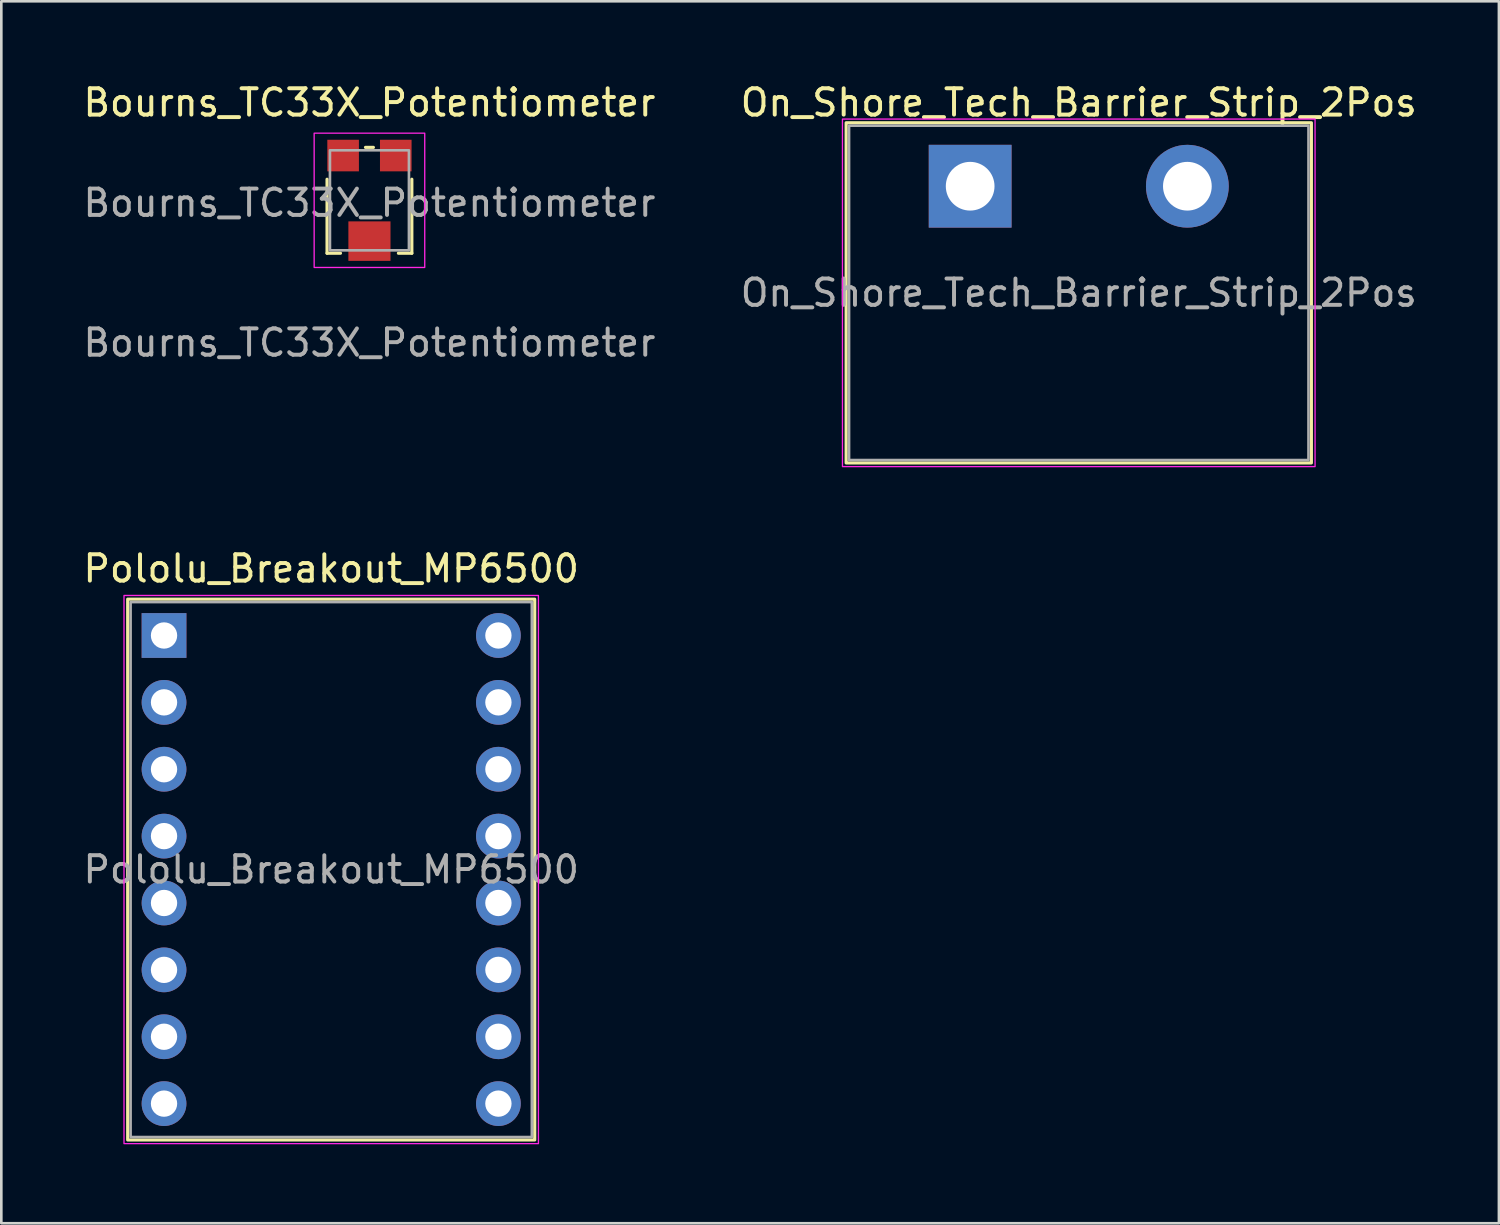
<source format=kicad_pcb>
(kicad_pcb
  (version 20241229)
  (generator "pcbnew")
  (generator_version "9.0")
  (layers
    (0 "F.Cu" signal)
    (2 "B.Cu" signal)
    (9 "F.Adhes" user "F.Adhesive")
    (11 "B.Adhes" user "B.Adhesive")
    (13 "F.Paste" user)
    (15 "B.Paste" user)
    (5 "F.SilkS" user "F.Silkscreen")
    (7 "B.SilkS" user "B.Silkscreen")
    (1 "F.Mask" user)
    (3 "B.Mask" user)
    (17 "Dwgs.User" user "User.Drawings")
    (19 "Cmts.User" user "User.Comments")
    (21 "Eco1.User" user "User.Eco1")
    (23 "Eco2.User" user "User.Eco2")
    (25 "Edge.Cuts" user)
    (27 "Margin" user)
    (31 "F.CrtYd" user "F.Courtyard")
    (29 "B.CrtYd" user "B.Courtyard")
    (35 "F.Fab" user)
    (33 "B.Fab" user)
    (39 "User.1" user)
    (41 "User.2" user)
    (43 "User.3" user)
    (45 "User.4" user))
  (footprint "Bourns_TC33X_Potentiometer"
    (layer "F.Cu")
    (at 10.982 4.658)
    (property "Reference" "Bourns_TC33X_Potentiometer" (at 0 -3.81 0) (unlocked yes) (layer "F.SilkS") (effects (font (size 1 1) (thickness 0.15))))
    (attr smd)
    (fp_line (start -1.61 -0.9) (end -1.61 1.91) (stroke (width 0.12) (type solid)) (layer "F.SilkS"))
    (fp_line (start -1.61 1.91) (end -1.1 1.91) (stroke (width 0.12) (type solid)) (layer "F.SilkS"))
    (fp_line (start -0.15 -2.11) (end 0.15 -2.11) (stroke (width 0.12) (type solid)) (layer "F.SilkS"))
    (fp_line (start 1.1 1.91) (end 1.61 1.91) (stroke (width 0.12) (type solid)) (layer "F.SilkS"))
    (fp_line (start 1.61 -0.9) (end 1.61 1.91) (stroke (width 0.12) (type solid)) (layer "F.SilkS"))
    (fp_rect (start -2.1 -2.65) (end 2.1 2.45) (stroke (width 0.05) (type default)) (fill no) (layer "F.CrtYd"))
    (fp_rect (start -1.5 -2) (end 1.5 1.8) (stroke (width 0.1) (type default)) (fill no) (layer "F.Fab"))
    (fp_text user "${REFERENCE}" (at 0 5.31 0) (unlocked yes) (layer "F.Fab") (effects (font (size 1 1) (thickness 0.15))))
    (fp_text user "${REFERENCE}" (at 0 0 0) (layer "F.Fab") (effects (font (size 1 1) (thickness 0.15))))
    (pad "1" smd rect (at -1 -1.8) (size 1.2 1.2) (layers "F.Cu" "F.Mask" "F.Paste"))
    (pad "2" smd rect (at 0 1.45) (size 1.6 1.5) (layers "F.Cu" "F.Mask" "F.Paste"))
    (pad "3" smd rect (at 1 -1.8) (size 1.2 1.2) (layers "F.Cu" "F.Mask" "F.Paste")))
  (footprint "Pololu_Breakout_MP6500"
    (layer "F.Cu")
    (at 3.18 21.087)
    (property "Reference" "Pololu_Breakout_MP6500" (at 6.35 -2.54 0) (unlocked yes) (layer "F.SilkS") (effects (font (size 1 1) (thickness 0.15))))
    (attr through_hole)
    (fp_rect (start -1.38 -1.38) (end 14.08 19.16) (stroke (width 0.12) (type default)) (fill no) (layer "F.SilkS"))
    (fp_rect (start -1.52 -1.52) (end 14.22 19.3) (stroke (width 0.05) (type default)) (fill no) (layer "F.CrtYd"))
    (fp_rect (start -1.27 -1.27) (end 13.97 19.05) (stroke (width 0.1) (type default)) (fill no) (layer "F.Fab"))
    (fp_text user "${REFERENCE}" (at 6.35 8.89 0) (unlocked yes) (layer "F.Fab") (effects (font (size 1 1) (thickness 0.15))))
    (pad "1" thru_hole rect (at 0 0) (size 1.7 1.7) (drill 1) (layers "*.Cu" "*.Mask"))
    (pad "2" thru_hole oval (at 0 2.54) (size 1.7 1.7) (drill 1) (layers "*.Cu" "*.Mask"))
    (pad "3" thru_hole oval (at 0 5.08) (size 1.7 1.7) (drill 1) (layers "*.Cu" "*.Mask"))
    (pad "4" thru_hole oval (at 0 7.62) (size 1.7 1.7) (drill 1) (layers "*.Cu" "*.Mask"))
    (pad "5" thru_hole oval (at 0 10.16) (size 1.7 1.7) (drill 1) (layers "*.Cu" "*.Mask"))
    (pad "6" thru_hole oval (at 0 12.7) (size 1.7 1.7) (drill 1) (layers "*.Cu" "*.Mask"))
    (pad "7" thru_hole oval (at 0 15.24) (size 1.7 1.7) (drill 1) (layers "*.Cu" "*.Mask"))
    (pad "8" thru_hole oval (at 0 17.78) (size 1.7 1.7) (drill 1) (layers "*.Cu" "*.Mask"))
    (pad "9" thru_hole oval (at 12.7 17.78) (size 1.7 1.7) (drill 1) (layers "*.Cu" "*.Mask"))
    (pad "10" thru_hole oval (at 12.7 15.24) (size 1.7 1.7) (drill 1) (layers "*.Cu" "*.Mask"))
    (pad "11" thru_hole oval (at 12.7 12.7) (size 1.7 1.7) (drill 1) (layers "*.Cu" "*.Mask"))
    (pad "12" thru_hole oval (at 12.7 10.16) (size 1.7 1.7) (drill 1) (layers "*.Cu" "*.Mask"))
    (pad "13" thru_hole oval (at 12.7 7.62) (size 1.7 1.7) (drill 1) (layers "*.Cu" "*.Mask"))
    (pad "14" thru_hole oval (at 12.7 5.08) (size 1.7 1.7) (drill 1) (layers "*.Cu" "*.Mask"))
    (pad "15" thru_hole oval (at 12.7 2.54) (size 1.7 1.7) (drill 1) (layers "*.Cu" "*.Mask"))
    (pad "16" thru_hole oval (at 12.7 0) (size 1.7 1.7) (drill 1) (layers "*.Cu" "*.Mask")))
  (footprint "On_Shore_Tech_Barrier_Strip_2Pos"
    (layer "F.Cu")
    (at 33.798 4.023)
    (property "Reference" "On_Shore_Tech_Barrier_Strip_2Pos" (at 4.125 -3.175 0) (unlocked yes) (layer "F.SilkS") (effects (font (size 1 1) (thickness 0.15))))
    (attr through_hole)
    (fp_rect (start -4.71 -2.41) (end 12.96 10.51) (stroke (width 0.12) (type default)) (fill no) (layer "F.SilkS"))
    (fp_rect (start -4.85 -2.55) (end 13.1 10.65) (stroke (width 0.05) (type default)) (fill no) (layer "F.CrtYd"))
    (fp_rect (start -4.6 -2.3) (end 12.85 10.4) (stroke (width 0.1) (type default)) (fill no) (layer "F.Fab"))
    (fp_text user "${REFERENCE}" (at 4.125 4.05 0) (unlocked yes) (layer "F.Fab") (effects (font (size 1 1) (thickness 0.15))))
    (pad "1" thru_hole rect (at 0 0) (size 3.145 3.145) (drill 1.85) (layers "*.Cu" "*.Mask"))
    (pad "2" thru_hole circle (at 8.25 0) (size 3.145 3.145) (drill 1.85) (layers "*.Cu" "*.Mask")))
  (gr_rect
    (start -3 -3)
    (end 53.881 43.411)
    (stroke (width 0.1) (type default))
    (fill no)
    (layer "Edge.Cuts")))
</source>
